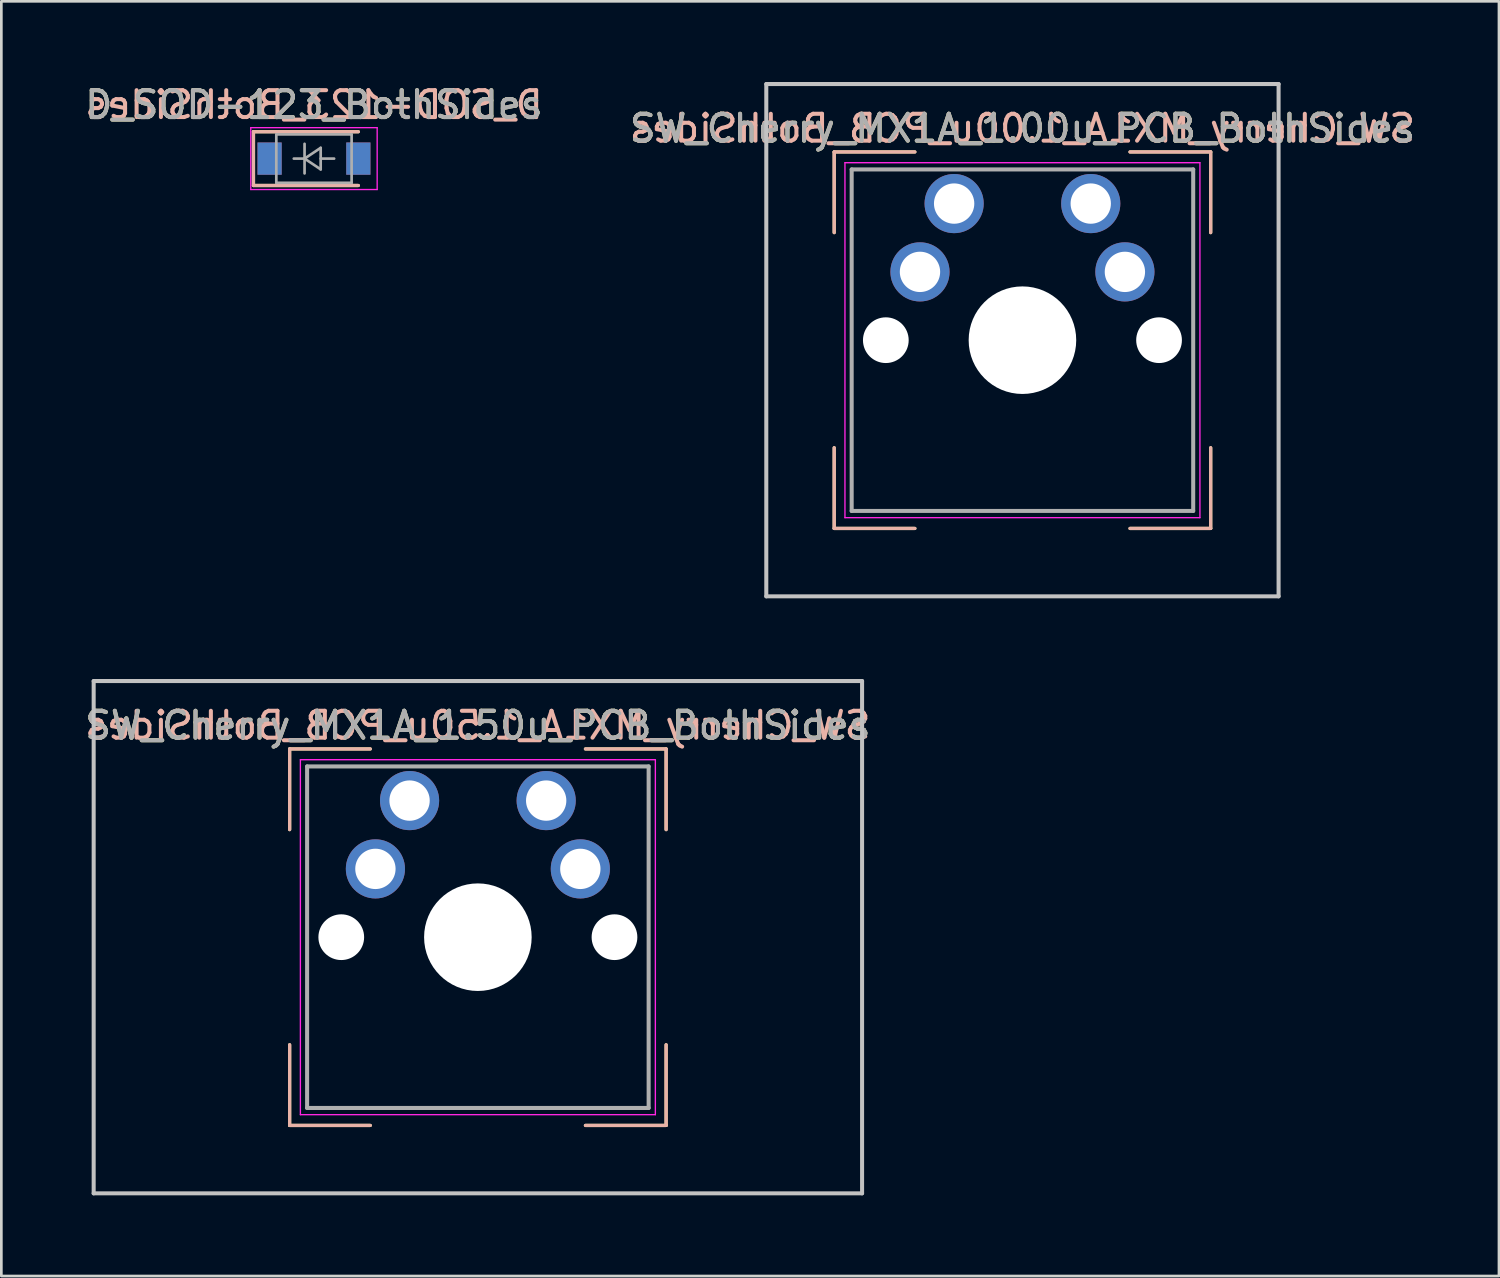
<source format=kicad_pcb>
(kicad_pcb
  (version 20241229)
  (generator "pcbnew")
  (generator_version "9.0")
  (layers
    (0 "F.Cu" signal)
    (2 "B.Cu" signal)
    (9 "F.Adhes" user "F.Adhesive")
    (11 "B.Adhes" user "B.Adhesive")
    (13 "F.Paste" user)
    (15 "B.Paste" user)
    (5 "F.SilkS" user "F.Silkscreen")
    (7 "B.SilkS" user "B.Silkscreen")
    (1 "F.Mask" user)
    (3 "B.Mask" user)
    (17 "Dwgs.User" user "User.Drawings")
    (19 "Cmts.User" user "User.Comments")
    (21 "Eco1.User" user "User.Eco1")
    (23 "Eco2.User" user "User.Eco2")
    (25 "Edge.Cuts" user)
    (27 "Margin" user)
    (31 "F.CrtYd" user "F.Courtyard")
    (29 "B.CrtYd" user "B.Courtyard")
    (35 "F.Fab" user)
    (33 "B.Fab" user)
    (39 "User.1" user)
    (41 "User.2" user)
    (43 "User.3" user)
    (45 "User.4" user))
  (footprint "SW_Cherry_MX1A_1.50u_PCB_BothSides"
    (layer "F.Cu")
    (at 14.72 31.8)
    (property "Reference" "SW_Cherry_MX1A_1.50u_PCB_BothSides" (at 0 -7.874 0) (layer "F.SilkS") (effects (font (size 1 1) (thickness 0.15))))
    (attr through_hole)
    (fp_line (start -7 -7) (end -7 -4) (stroke (width 0.12) (type solid)) (layer "F.SilkS"))
    (fp_line (start -7 7) (end -7 4) (stroke (width 0.12) (type solid)) (layer "F.SilkS"))
    (fp_line (start -4 -7) (end -7 -7) (stroke (width 0.12) (type solid)) (layer "F.SilkS"))
    (fp_line (start -4 7) (end -7 7) (stroke (width 0.12) (type solid)) (layer "F.SilkS"))
    (fp_line (start 4 -7) (end 7 -7) (stroke (width 0.12) (type solid)) (layer "F.SilkS"))
    (fp_line (start 4 7) (end 7 7) (stroke (width 0.12) (type solid)) (layer "F.SilkS"))
    (fp_line (start 7 -7) (end 7 -4) (stroke (width 0.12) (type solid)) (layer "F.SilkS"))
    (fp_line (start 7 7) (end 7 4) (stroke (width 0.12) (type solid)) (layer "F.SilkS"))
    (fp_line (start -7 -7) (end -4 -7) (stroke (width 0.12) (type solid)) (layer "B.SilkS"))
    (fp_line (start -7 -4) (end -7 -7) (stroke (width 0.12) (type solid)) (layer "B.SilkS"))
    (fp_line (start -7 7) (end -7 4) (stroke (width 0.12) (type solid)) (layer "B.SilkS"))
    (fp_line (start -4 7) (end -7 7) (stroke (width 0.12) (type solid)) (layer "B.SilkS"))
    (fp_line (start 4 -7) (end 7 -7) (stroke (width 0.12) (type solid)) (layer "B.SilkS"))
    (fp_line (start 7 -7) (end 7 -4) (stroke (width 0.12) (type solid)) (layer "B.SilkS"))
    (fp_line (start 7 4) (end 7 7) (stroke (width 0.12) (type solid)) (layer "B.SilkS"))
    (fp_line (start 7 7) (end 4 7) (stroke (width 0.12) (type solid)) (layer "B.SilkS"))
    (fp_line (start -14.287 -9.525) (end 14.287 -9.525) (stroke (width 0.15) (type solid)) (layer "Dwgs.User"))
    (fp_line (start -14.287 9.525) (end -14.287 -9.525) (stroke (width 0.15) (type solid)) (layer "Dwgs.User"))
    (fp_line (start 14.287 -9.525) (end 14.287 9.525) (stroke (width 0.15) (type solid)) (layer "Dwgs.User"))
    (fp_line (start 14.287 9.525) (end -14.287 9.525) (stroke (width 0.15) (type solid)) (layer "Dwgs.User"))
    (fp_line (start -6.6 -6.6) (end 6.6 -6.6) (stroke (width 0.05) (type solid)) (layer "F.CrtYd"))
    (fp_line (start -6.6 6.6) (end -6.6 -6.6) (stroke (width 0.05) (type solid)) (layer "F.CrtYd"))
    (fp_line (start 6.6 -6.6) (end 6.6 6.6) (stroke (width 0.05) (type solid)) (layer "F.CrtYd"))
    (fp_line (start 6.6 6.6) (end -6.6 6.6) (stroke (width 0.05) (type solid)) (layer "F.CrtYd"))
    (fp_line (start -6.35 -6.35) (end 6.35 -6.35) (stroke (width 0.15) (type solid)) (layer "F.Fab"))
    (fp_line (start -6.35 6.35) (end -6.35 -6.35) (stroke (width 0.15) (type solid)) (layer "F.Fab"))
    (fp_line (start 6.35 -6.35) (end 6.35 6.35) (stroke (width 0.15) (type solid)) (layer "F.Fab"))
    (fp_line (start 6.35 6.35) (end -6.35 6.35) (stroke (width 0.15) (type solid)) (layer "F.Fab"))
    (fp_text user "${REFERENCE}" (at 0 -7.874 0) (layer "B.SilkS") (effects (font (size 1 1) (thickness 0.15)) (justify mirror)))
    (fp_text user "${REFERENCE}" (at 0 -7.874 0) (layer "F.Fab") (effects (font (size 1 1) (thickness 0.15))))
    (pad "" np_thru_hole circle (at -5.08 0) (size 1.7 1.7) (drill 1.7) (layers "*.Cu" "*.Mask"))
    (pad "" np_thru_hole circle (at 0 0) (size 4 4) (drill 4) (layers "*.Cu" "*.Mask"))
    (pad "" np_thru_hole circle (at 5.08 0) (size 1.7 1.7) (drill 1.7) (layers "*.Cu" "*.Mask"))
    (pad "1" thru_hole circle (at -3.81 -2.54) (size 2.2 2.2) (drill 1.5) (layers "*.Cu" "*.Mask"))
    (pad "1" thru_hole circle (at -2.54 -5.08) (size 2.2 2.2) (drill 1.5) (layers "*.Cu" "*.Mask"))
    (pad "2" thru_hole circle (at 2.54 -5.08) (size 2.2 2.2) (drill 1.5) (layers "*.Cu" "*.Mask"))
    (pad "2" thru_hole circle (at 3.81 -2.54) (size 2.2 2.2) (drill 1.5) (layers "*.Cu" "*.Mask")))
  (footprint "D_SOD-123_BothSides"
    (layer "F.Cu")
    (at 8.625 2.848)
    (property "Reference" "D_SOD-123_BothSides" (at 0 -2 0) (layer "F.SilkS") (effects (font (size 1 1) (thickness 0.15))))
    (attr smd)
    (fp_line (start -2.25 -1) (end -2.25 1) (stroke (width 0.12) (type solid)) (layer "F.SilkS"))
    (fp_line (start -2.25 -1) (end 1.65 -1) (stroke (width 0.12) (type solid)) (layer "F.SilkS"))
    (fp_line (start -2.25 1) (end 1.65 1) (stroke (width 0.12) (type solid)) (layer "F.SilkS"))
    (fp_line (start -2.25 -1) (end -2.25 1) (stroke (width 0.12) (type solid)) (layer "B.SilkS"))
    (fp_line (start -2.25 -1) (end 1.65 -1) (stroke (width 0.12) (type solid)) (layer "B.SilkS"))
    (fp_line (start -2.25 1) (end 1.65 1) (stroke (width 0.12) (type solid)) (layer "B.SilkS"))
    (fp_line (start -2.35 -1.15) (end -2.35 1.15) (stroke (width 0.05) (type solid)) (layer "F.CrtYd"))
    (fp_line (start -2.35 -1.15) (end 2.35 -1.15) (stroke (width 0.05) (type solid)) (layer "F.CrtYd"))
    (fp_line (start 2.35 -1.15) (end 2.35 1.15) (stroke (width 0.05) (type solid)) (layer "F.CrtYd"))
    (fp_line (start 2.35 1.15) (end -2.35 1.15) (stroke (width 0.05) (type solid)) (layer "F.CrtYd"))
    (fp_line (start -1.4 -0.9) (end 1.4 -0.9) (stroke (width 0.1) (type solid)) (layer "F.Fab"))
    (fp_line (start -1.4 0.9) (end -1.4 -0.9) (stroke (width 0.1) (type solid)) (layer "F.Fab"))
    (fp_line (start -0.75 0) (end -0.35 0) (stroke (width 0.1) (type solid)) (layer "F.Fab"))
    (fp_line (start -0.35 0) (end -0.35 -0.55) (stroke (width 0.1) (type solid)) (layer "F.Fab"))
    (fp_line (start -0.35 0) (end -0.35 0.55) (stroke (width 0.1) (type solid)) (layer "F.Fab"))
    (fp_line (start -0.35 0) (end 0.25 -0.4) (stroke (width 0.1) (type solid)) (layer "F.Fab"))
    (fp_line (start 0.25 -0.4) (end 0.25 0.4) (stroke (width 0.1) (type solid)) (layer "F.Fab"))
    (fp_line (start 0.25 0) (end 0.75 0) (stroke (width 0.1) (type solid)) (layer "F.Fab"))
    (fp_line (start 0.25 0.4) (end -0.35 0) (stroke (width 0.1) (type solid)) (layer "F.Fab"))
    (fp_line (start 1.4 -0.9) (end 1.4 0.9) (stroke (width 0.1) (type solid)) (layer "F.Fab"))
    (fp_line (start 1.4 0.9) (end -1.4 0.9) (stroke (width 0.1) (type solid)) (layer "F.Fab"))
    (fp_text user "${REFERENCE}" (at 0 -2 0) (layer "B.SilkS") (effects (font (size 1 1) (thickness 0.15)) (justify mirror)))
    (fp_text user "${REFERENCE}" (at 0 -2 0) (layer "F.Fab") (effects (font (size 1 1) (thickness 0.15))))
    (pad "1" smd rect (at -1.65 0) (size 0.9 1.2) (layers "F.Cu" "F.Mask" "F.Paste"))
    (pad "1" smd rect (at -1.65 0) (size 0.9 1.2) (layers "B.Cu" "B.Mask" "B.Paste"))
    (pad "2" smd rect (at 1.65 0) (size 0.9 1.2) (layers "F.Cu" "F.Mask" "F.Paste"))
    (pad "2" smd rect (at 1.65 0) (size 0.9 1.2) (layers "B.Cu" "B.Mask" "B.Paste")))
  (footprint "SW_Cherry_MX1A_1.00u_PCB_BothSides"
    (layer "F.Cu")
    (at 34.97 9.6)
    (property "Reference" "SW_Cherry_MX1A_1.00u_PCB_BothSides" (at 0 -7.874 0) (layer "F.SilkS") (effects (font (size 1 1) (thickness 0.15))))
    (attr through_hole)
    (fp_line (start -7 -7) (end -7 -4) (stroke (width 0.12) (type solid)) (layer "F.SilkS"))
    (fp_line (start -7 7) (end -7 4) (stroke (width 0.12) (type solid)) (layer "F.SilkS"))
    (fp_line (start -4 -7) (end -7 -7) (stroke (width 0.12) (type solid)) (layer "F.SilkS"))
    (fp_line (start -4 7) (end -7 7) (stroke (width 0.12) (type solid)) (layer "F.SilkS"))
    (fp_line (start 4 -7) (end 7 -7) (stroke (width 0.12) (type solid)) (layer "F.SilkS"))
    (fp_line (start 7 -7) (end 7 -4) (stroke (width 0.12) (type solid)) (layer "F.SilkS"))
    (fp_line (start 7 4) (end 7 7) (stroke (width 0.12) (type solid)) (layer "F.SilkS"))
    (fp_line (start 7 7) (end 4 7) (stroke (width 0.12) (type solid)) (layer "F.SilkS"))
    (fp_line (start -7 -7) (end -7 -4) (stroke (width 0.12) (type solid)) (layer "B.SilkS"))
    (fp_line (start -7 7) (end -7 4) (stroke (width 0.12) (type solid)) (layer "B.SilkS"))
    (fp_line (start -4 -7) (end -7 -7) (stroke (width 0.12) (type solid)) (layer "B.SilkS"))
    (fp_line (start -4 7) (end -7 7) (stroke (width 0.12) (type solid)) (layer "B.SilkS"))
    (fp_line (start 4 -7) (end 7 -7) (stroke (width 0.12) (type solid)) (layer "B.SilkS"))
    (fp_line (start 7 -7) (end 7 -4) (stroke (width 0.12) (type solid)) (layer "B.SilkS"))
    (fp_line (start 7 4) (end 7 7) (stroke (width 0.12) (type solid)) (layer "B.SilkS"))
    (fp_line (start 7 7) (end 4 7) (stroke (width 0.12) (type solid)) (layer "B.SilkS"))
    (fp_line (start -9.525 -9.525) (end 9.525 -9.525) (stroke (width 0.15) (type solid)) (layer "Dwgs.User"))
    (fp_line (start -9.525 9.525) (end -9.525 -9.525) (stroke (width 0.15) (type solid)) (layer "Dwgs.User"))
    (fp_line (start 9.525 -9.525) (end 9.525 9.525) (stroke (width 0.15) (type solid)) (layer "Dwgs.User"))
    (fp_line (start 9.525 9.525) (end -9.525 9.525) (stroke (width 0.15) (type solid)) (layer "Dwgs.User"))
    (fp_line (start -6.6 -6.6) (end 6.6 -6.6) (stroke (width 0.05) (type solid)) (layer "F.CrtYd"))
    (fp_line (start -6.6 6.6) (end -6.6 -6.6) (stroke (width 0.05) (type solid)) (layer "F.CrtYd"))
    (fp_line (start 6.6 -6.6) (end 6.6 6.6) (stroke (width 0.05) (type solid)) (layer "F.CrtYd"))
    (fp_line (start 6.6 6.6) (end -6.6 6.6) (stroke (width 0.05) (type solid)) (layer "F.CrtYd"))
    (fp_line (start -6.35 -6.35) (end 6.35 -6.35) (stroke (width 0.15) (type solid)) (layer "F.Fab"))
    (fp_line (start -6.35 6.35) (end -6.35 -6.35) (stroke (width 0.15) (type solid)) (layer "F.Fab"))
    (fp_line (start 6.35 -6.35) (end 6.35 6.35) (stroke (width 0.15) (type solid)) (layer "F.Fab"))
    (fp_line (start 6.35 6.35) (end -6.35 6.35) (stroke (width 0.15) (type solid)) (layer "F.Fab"))
    (fp_text user "${REFERENCE}" (at 0 -7.874 0) (layer "B.SilkS") (effects (font (size 1 1) (thickness 0.15)) (justify mirror)))
    (fp_text user "${REFERENCE}" (at 0 -7.874 0) (layer "F.Fab") (effects (font (size 1 1) (thickness 0.15))))
    (pad "" np_thru_hole circle (at -5.08 0) (size 1.7 1.7) (drill 1.7) (layers "*.Cu" "*.Mask"))
    (pad "" np_thru_hole circle (at 0 0) (size 4 4) (drill 4) (layers "*.Cu" "*.Mask"))
    (pad "" np_thru_hole circle (at 5.08 0) (size 1.7 1.7) (drill 1.7) (layers "*.Cu" "*.Mask"))
    (pad "1" thru_hole circle (at -3.81 -2.54) (size 2.2 2.2) (drill 1.5) (layers "*.Cu" "*.Mask"))
    (pad "1" thru_hole circle (at -2.54 -5.08) (size 2.2 2.2) (drill 1.5) (layers "*.Cu" "*.Mask"))
    (pad "2" thru_hole circle (at 2.54 -5.08) (size 2.2 2.2) (drill 1.5) (layers "*.Cu" "*.Mask"))
    (pad "2" thru_hole circle (at 3.81 -2.54) (size 2.2 2.2) (drill 1.5) (layers "*.Cu" "*.Mask")))
  (gr_rect
    (start -3 -3)
    (end 52.69 44.4)
    (stroke (width 0.1) (type default))
    (fill no)
    (layer "Edge.Cuts")))
</source>
